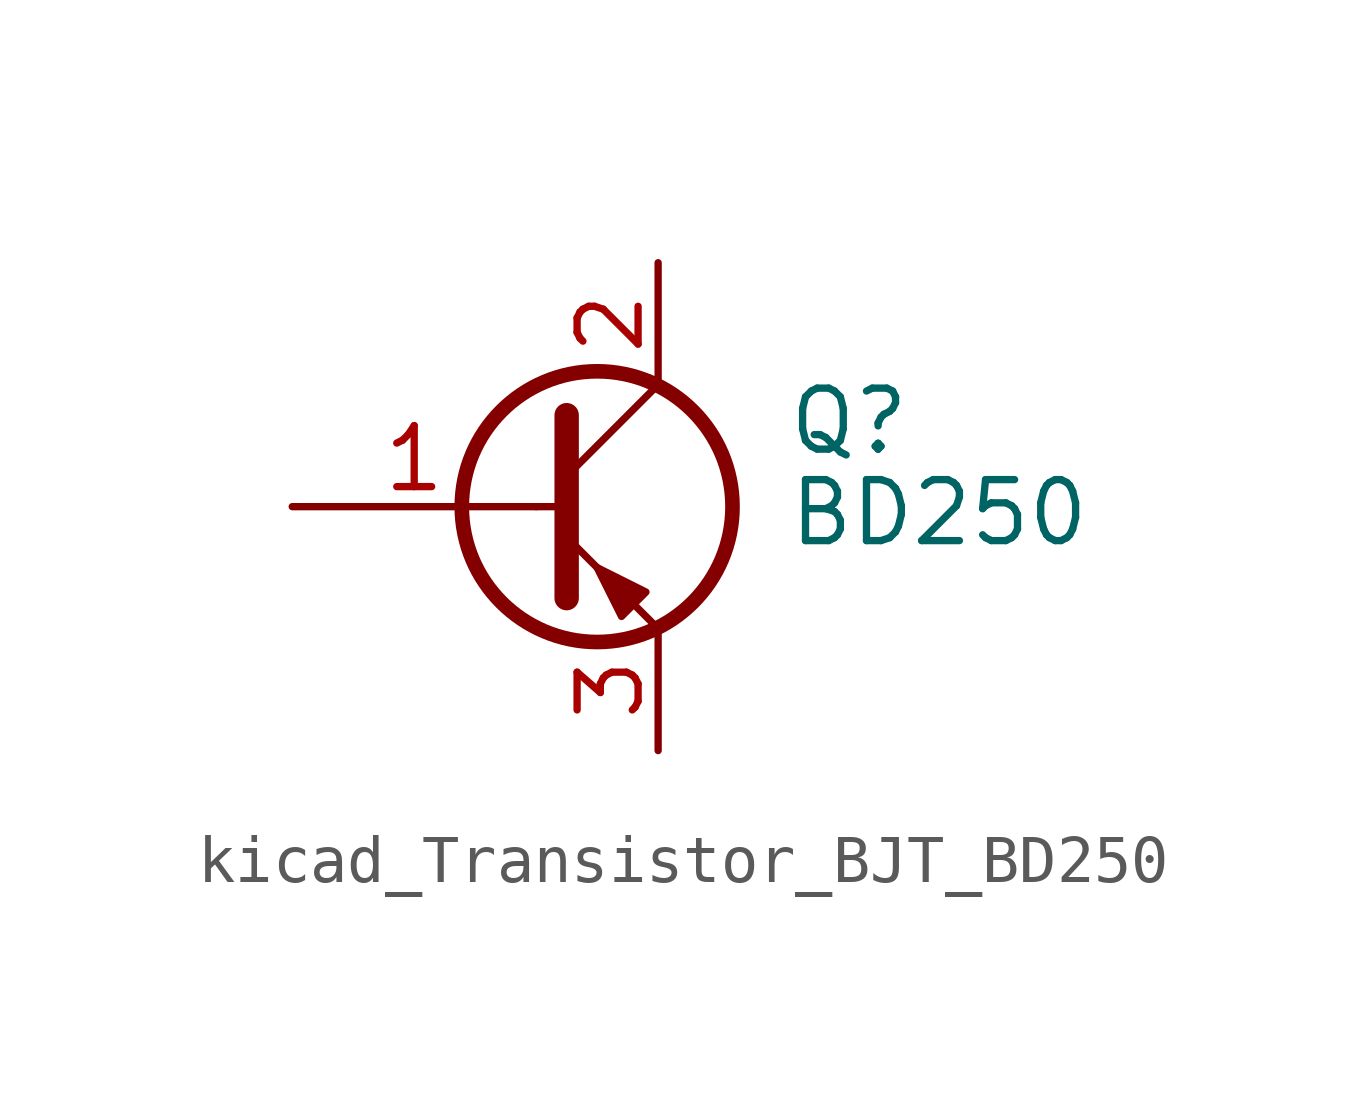
<source format=kicad_sym>
(kicad_symbol_lib
  (version 20220914)
  (generator kicad_symbol_editor)
  (symbol "kicad_Transistor_BJT_BD250"
    (pin_names
      (offset 0) hide)
    (property "Reference" "Q"
      (at 5.207 1.778 0)
      (effects (font (size 1.27 1.27)) (justify left)))
    (property "Value" "BD250"
      (at 5.207 -0.127 0)
      (effects (font (size 1.27 1.27)) (justify left)))
    (symbol "kicad_Transistor_BJT_BD250_0_1"
      (polyline (pts (xy 0 0) (xy 0.635 0)) (stroke (width 0) (type default)) (fill (type none)))
      (polyline (pts (xy 2.54 2.54) (xy 0.635 0.635)) (stroke (width 0) (type default)) (fill (type none)))
      (polyline (pts (xy 0.635 -0.635) (xy 2.54 -2.54) (xy 2.54 -2.54)) (stroke (width 0) (type default)) (fill (type none)))
      (polyline (pts (xy 0.635 1.905) (xy 0.635 -1.905) (xy 0.635 -1.905)) (stroke (width 0.508) (type default)) (fill (type none)))
      (polyline (pts (xy 1.778 -2.286) (xy 2.286 -1.778) (xy 1.27 -1.27) (xy 1.778 -2.286) (xy 1.778 -2.286)) (stroke (width 0) (type default)) (fill (type outline)))
      (circle (center 1.27 0) (radius 2.819) (stroke (width 0.305) (type default)) (fill (type none))))
    (symbol "kicad_Transistor_BJT_BD250_1_1"
      (pin input line (at -5.08 0 0) (length 5.08) (name "B" (effects (font (size 1.27 1.27)))) (number "1" (effects (font (size 1.27 1.27)))))
      (pin passive line (at 2.54 5.08 270) (length 2.54) (name "C" (effects (font (size 1.27 1.27)))) (number "2" (effects (font (size 1.27 1.27)))))
      (pin passive line (at 2.54 -5.08 90) (length 2.54) (name "E" (effects (font (size 1.27 1.27)))) (number "3" (effects (font (size 1.27 1.27))))))))
</source>
